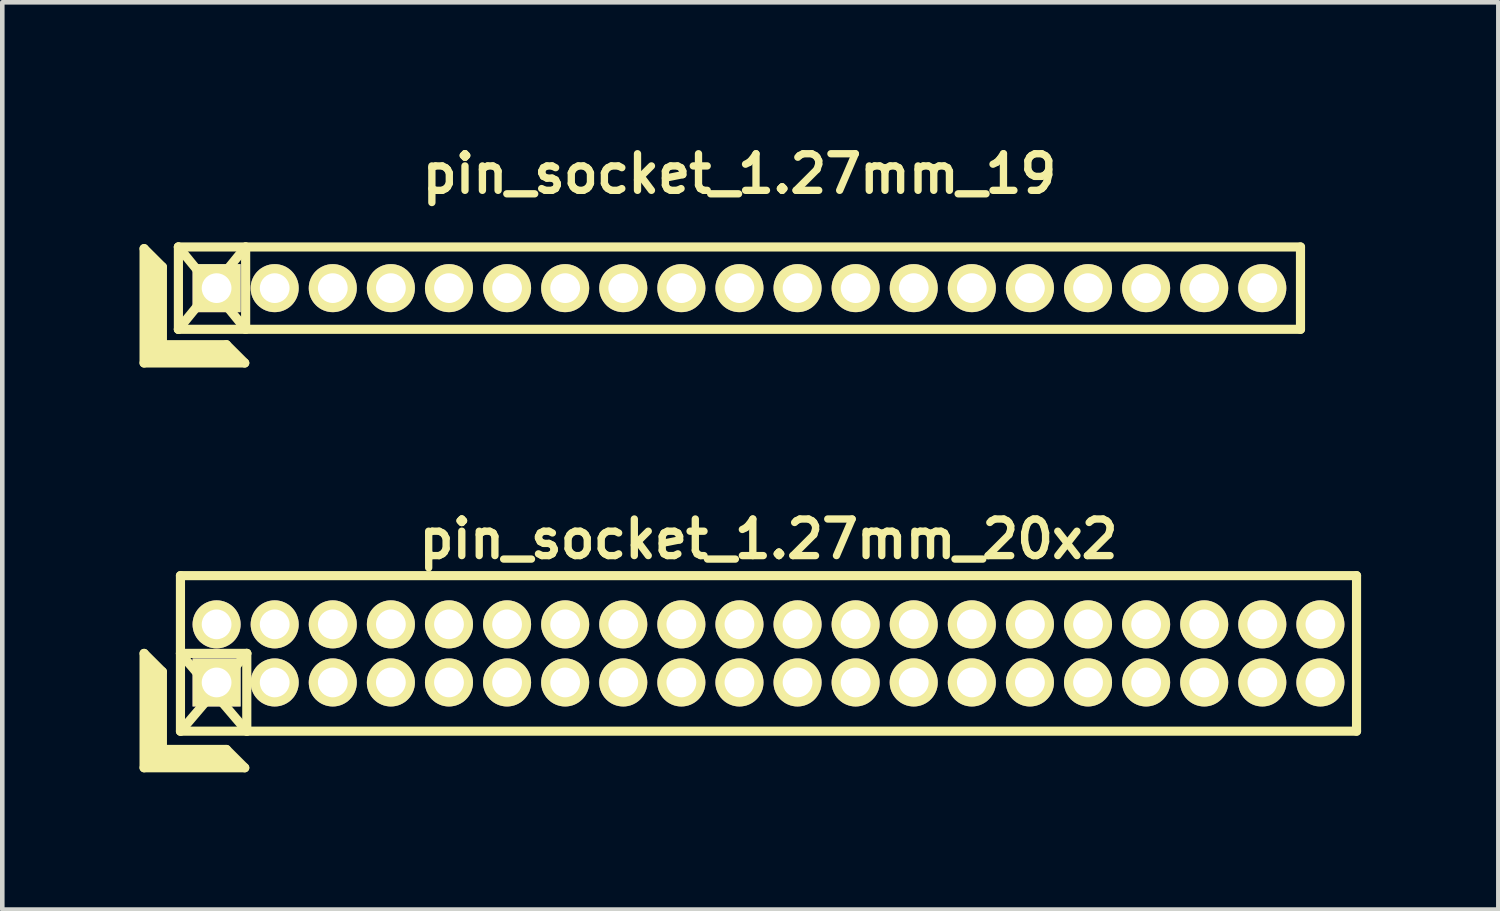
<source format=kicad_pcb>
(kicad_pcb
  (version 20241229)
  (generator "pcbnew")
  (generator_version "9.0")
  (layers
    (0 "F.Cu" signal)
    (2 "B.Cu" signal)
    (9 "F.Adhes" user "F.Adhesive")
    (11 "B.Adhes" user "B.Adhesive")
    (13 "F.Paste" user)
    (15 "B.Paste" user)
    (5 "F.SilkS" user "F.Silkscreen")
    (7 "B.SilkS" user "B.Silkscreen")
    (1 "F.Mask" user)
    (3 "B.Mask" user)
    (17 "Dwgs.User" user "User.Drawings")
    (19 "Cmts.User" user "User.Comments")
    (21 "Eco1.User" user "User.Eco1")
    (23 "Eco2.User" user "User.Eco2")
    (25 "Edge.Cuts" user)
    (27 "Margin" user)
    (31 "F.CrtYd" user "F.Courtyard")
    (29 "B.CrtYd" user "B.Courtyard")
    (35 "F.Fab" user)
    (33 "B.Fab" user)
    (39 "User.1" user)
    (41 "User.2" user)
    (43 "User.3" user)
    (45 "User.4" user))
  (footprint "pin_socket_1.27mm_20x2"
    (layer "F.Cu")
    (at 13.75 11.234)
    (property "Reference" "pin_socket_1.27mm_20x2" (at 0 -2.5 0) (layer "F.SilkS") (effects (font (size 0.8 0.8) (thickness 0.16))))
    (attr through_hole)
    (fp_line (start -13.65 0) (end -13.65 2.5) (stroke (width 0.2) (type solid)) (layer "F.SilkS"))
    (fp_line (start -13.65 0) (end -13.25 0.4) (stroke (width 0.2) (type solid)) (layer "F.SilkS"))
    (fp_line (start -13.65 2.5) (end -11.45 2.5) (stroke (width 0.2) (type solid)) (layer "F.SilkS"))
    (fp_line (start -13.55 2.4) (end -13.55 0.2) (stroke (width 0.2) (type solid)) (layer "F.SilkS"))
    (fp_line (start -13.55 2.4) (end -11.65 2.4) (stroke (width 0.2) (type solid)) (layer "F.SilkS"))
    (fp_line (start -13.45 2.3) (end -13.45 0.3) (stroke (width 0.2) (type solid)) (layer "F.SilkS"))
    (fp_line (start -13.45 2.3) (end -11.75 2.3) (stroke (width 0.2) (type solid)) (layer "F.SilkS"))
    (fp_line (start -13.35 2.2) (end -13.35 0.4) (stroke (width 0.2) (type solid)) (layer "F.SilkS"))
    (fp_line (start -13.35 2.2) (end -11.85 2.2) (stroke (width 0.2) (type solid)) (layer "F.SilkS"))
    (fp_line (start -13.25 2.1) (end -13.25 0.4) (stroke (width 0.2) (type solid)) (layer "F.SilkS"))
    (fp_line (start -13.25 2.1) (end -11.85 2.1) (stroke (width 0.2) (type solid)) (layer "F.SilkS"))
    (fp_line (start -12.855 -1.7) (end 12.855 -1.7) (stroke (width 0.2) (type solid)) (layer "F.SilkS"))
    (fp_line (start -12.855 0) (end -11.405 0) (stroke (width 0.2) (type solid)) (layer "F.SilkS"))
    (fp_line (start -12.855 0) (end -11.405 1.7) (stroke (width 0.2) (type solid)) (layer "F.SilkS"))
    (fp_line (start -12.855 1.7) (end -12.855 -1.7) (stroke (width 0.2) (type solid)) (layer "F.SilkS"))
    (fp_line (start -11.85 2.1) (end -11.45 2.5) (stroke (width 0.2) (type solid)) (layer "F.SilkS"))
    (fp_line (start -11.405 0) (end -12.85 1.7) (stroke (width 0.2) (type solid)) (layer "F.SilkS"))
    (fp_line (start -11.405 0) (end -11.405 1.7) (stroke (width 0.2) (type solid)) (layer "F.SilkS"))
    (fp_line (start 12.855 -1.7) (end 12.855 1.7) (stroke (width 0.2) (type solid)) (layer "F.SilkS"))
    (fp_line (start 12.855 1.7) (end -12.855 1.7) (stroke (width 0.2) (type solid)) (layer "F.SilkS"))
    (pad "1" thru_hole rect (at -12.065 0.635) (size 1.05 1.05) (drill 0.65) (layers "*.Cu" "*.Mask" "F.SilkS"))
    (pad "2" thru_hole oval (at -12.065 -0.635) (size 1.05 1.05) (drill 0.65) (layers "*.Cu" "*.Mask" "F.SilkS"))
    (pad "3" thru_hole oval (at -10.795 0.635) (size 1.05 1.05) (drill 0.65) (layers "*.Cu" "*.Mask" "F.SilkS"))
    (pad "4" thru_hole oval (at -10.795 -0.635) (size 1.05 1.05) (drill 0.65) (layers "*.Cu" "*.Mask" "F.SilkS"))
    (pad "5" thru_hole oval (at -9.525 0.635) (size 1.05 1.05) (drill 0.65) (layers "*.Cu" "*.Mask" "F.SilkS"))
    (pad "6" thru_hole oval (at -9.525 -0.635) (size 1.05 1.05) (drill 0.65) (layers "*.Cu" "*.Mask" "F.SilkS"))
    (pad "7" thru_hole oval (at -8.255 0.635) (size 1.05 1.05) (drill 0.65) (layers "*.Cu" "*.Mask" "F.SilkS"))
    (pad "8" thru_hole oval (at -8.255 -0.635) (size 1.05 1.05) (drill 0.65) (layers "*.Cu" "*.Mask" "F.SilkS"))
    (pad "9" thru_hole oval (at -6.985 0.635) (size 1.05 1.05) (drill 0.65) (layers "*.Cu" "*.Mask" "F.SilkS"))
    (pad "10" thru_hole oval (at -6.985 -0.635) (size 1.05 1.05) (drill 0.65) (layers "*.Cu" "*.Mask" "F.SilkS"))
    (pad "11" thru_hole oval (at -5.715 0.635) (size 1.05 1.05) (drill 0.65) (layers "*.Cu" "*.Mask" "F.SilkS"))
    (pad "12" thru_hole oval (at -5.715 -0.635) (size 1.05 1.05) (drill 0.65) (layers "*.Cu" "*.Mask" "F.SilkS"))
    (pad "13" thru_hole oval (at -4.445 0.635) (size 1.05 1.05) (drill 0.65) (layers "*.Cu" "*.Mask" "F.SilkS"))
    (pad "14" thru_hole oval (at -4.445 -0.635) (size 1.05 1.05) (drill 0.65) (layers "*.Cu" "*.Mask" "F.SilkS"))
    (pad "15" thru_hole oval (at -3.175 0.635) (size 1.05 1.05) (drill 0.65) (layers "*.Cu" "*.Mask" "F.SilkS"))
    (pad "16" thru_hole oval (at -3.175 -0.635) (size 1.05 1.05) (drill 0.65) (layers "*.Cu" "*.Mask" "F.SilkS"))
    (pad "17" thru_hole oval (at -1.905 0.635) (size 1.05 1.05) (drill 0.65) (layers "*.Cu" "*.Mask" "F.SilkS"))
    (pad "18" thru_hole oval (at -1.905 -0.635) (size 1.05 1.05) (drill 0.65) (layers "*.Cu" "*.Mask" "F.SilkS"))
    (pad "19" thru_hole oval (at -0.635 0.635) (size 1.05 1.05) (drill 0.65) (layers "*.Cu" "*.Mask" "F.SilkS"))
    (pad "20" thru_hole oval (at -0.635 -0.635) (size 1.05 1.05) (drill 0.65) (layers "*.Cu" "*.Mask" "F.SilkS"))
    (pad "21" thru_hole oval (at 0.635 0.635) (size 1.05 1.05) (drill 0.65) (layers "*.Cu" "*.Mask" "F.SilkS"))
    (pad "22" thru_hole oval (at 0.635 -0.635) (size 1.05 1.05) (drill 0.65) (layers "*.Cu" "*.Mask" "F.SilkS"))
    (pad "23" thru_hole oval (at 1.905 0.635) (size 1.05 1.05) (drill 0.65) (layers "*.Cu" "*.Mask" "F.SilkS"))
    (pad "24" thru_hole oval (at 1.905 -0.635) (size 1.05 1.05) (drill 0.65) (layers "*.Cu" "*.Mask" "F.SilkS"))
    (pad "25" thru_hole oval (at 3.175 0.635) (size 1.05 1.05) (drill 0.65) (layers "*.Cu" "*.Mask" "F.SilkS"))
    (pad "26" thru_hole oval (at 3.175 -0.635) (size 1.05 1.05) (drill 0.65) (layers "*.Cu" "*.Mask" "F.SilkS"))
    (pad "27" thru_hole oval (at 4.445 0.635) (size 1.05 1.05) (drill 0.65) (layers "*.Cu" "*.Mask" "F.SilkS"))
    (pad "28" thru_hole oval (at 4.445 -0.635) (size 1.05 1.05) (drill 0.65) (layers "*.Cu" "*.Mask" "F.SilkS"))
    (pad "29" thru_hole oval (at 5.715 0.635) (size 1.05 1.05) (drill 0.65) (layers "*.Cu" "*.Mask" "F.SilkS"))
    (pad "30" thru_hole oval (at 5.715 -0.635) (size 1.05 1.05) (drill 0.65) (layers "*.Cu" "*.Mask" "F.SilkS"))
    (pad "31" thru_hole oval (at 6.985 0.635) (size 1.05 1.05) (drill 0.65) (layers "*.Cu" "*.Mask" "F.SilkS"))
    (pad "32" thru_hole oval (at 6.985 -0.635) (size 1.05 1.05) (drill 0.65) (layers "*.Cu" "*.Mask" "F.SilkS"))
    (pad "33" thru_hole oval (at 8.255 0.635) (size 1.05 1.05) (drill 0.65) (layers "*.Cu" "*.Mask" "F.SilkS"))
    (pad "34" thru_hole oval (at 8.255 -0.635) (size 1.05 1.05) (drill 0.65) (layers "*.Cu" "*.Mask" "F.SilkS"))
    (pad "35" thru_hole oval (at 9.525 0.635) (size 1.05 1.05) (drill 0.65) (layers "*.Cu" "*.Mask" "F.SilkS"))
    (pad "36" thru_hole oval (at 9.525 -0.635) (size 1.05 1.05) (drill 0.65) (layers "*.Cu" "*.Mask" "F.SilkS"))
    (pad "37" thru_hole oval (at 10.795 0.635) (size 1.05 1.05) (drill 0.65) (layers "*.Cu" "*.Mask" "F.SilkS"))
    (pad "38" thru_hole oval (at 10.795 -0.635) (size 1.05 1.05) (drill 0.65) (layers "*.Cu" "*.Mask" "F.SilkS"))
    (pad "39" thru_hole oval (at 12.065 0.635) (size 1.05 1.05) (drill 0.65) (layers "*.Cu" "*.Mask" "F.SilkS"))
    (pad "40" thru_hole oval (at 12.065 -0.635) (size 1.05 1.05) (drill 0.65) (layers "*.Cu" "*.Mask" "F.SilkS")))
  (footprint "pin_socket_1.27mm_19"
    (layer "F.Cu")
    (at 13.115 3.249)
    (property "Reference" "pin_socket_1.27mm_19" (at 0 -2.5 0) (layer "F.SilkS") (effects (font (size 0.8 0.8) (thickness 0.16))))
    (attr through_hole)
    (fp_line (start -13.015 -0.864) (end -13.015 1.636) (stroke (width 0.2) (type solid)) (layer "F.SilkS"))
    (fp_line (start -13.015 -0.864) (end -12.615 -0.464) (stroke (width 0.2) (type solid)) (layer "F.SilkS"))
    (fp_line (start -13.015 1.636) (end -10.815 1.636) (stroke (width 0.2) (type solid)) (layer "F.SilkS"))
    (fp_line (start -12.915 1.536) (end -12.915 -0.664) (stroke (width 0.2) (type solid)) (layer "F.SilkS"))
    (fp_line (start -12.915 1.536) (end -11.015 1.536) (stroke (width 0.2) (type solid)) (layer "F.SilkS"))
    (fp_line (start -12.815 1.436) (end -12.815 -0.564) (stroke (width 0.2) (type solid)) (layer "F.SilkS"))
    (fp_line (start -12.815 1.436) (end -11.115 1.436) (stroke (width 0.2) (type solid)) (layer "F.SilkS"))
    (fp_line (start -12.715 1.336) (end -12.715 -0.464) (stroke (width 0.2) (type solid)) (layer "F.SilkS"))
    (fp_line (start -12.715 1.336) (end -11.215 1.336) (stroke (width 0.2) (type solid)) (layer "F.SilkS"))
    (fp_line (start -12.615 1.236) (end -12.615 -0.464) (stroke (width 0.2) (type solid)) (layer "F.SilkS"))
    (fp_line (start -12.615 1.236) (end -11.215 1.236) (stroke (width 0.2) (type solid)) (layer "F.SilkS"))
    (fp_line (start -12.265 -0.9) (end -10.795 0.9) (stroke (width 0.2) (type solid)) (layer "F.SilkS"))
    (fp_line (start -12.265 -0.9) (end 12.265 -0.9) (stroke (width 0.2) (type solid)) (layer "F.SilkS"))
    (fp_line (start -12.265 0.9) (end -12.265 -0.9) (stroke (width 0.2) (type solid)) (layer "F.SilkS"))
    (fp_line (start -12.265 0.9) (end -10.795 -0.9) (stroke (width 0.2) (type solid)) (layer "F.SilkS"))
    (fp_line (start -11.215 1.236) (end -10.815 1.636) (stroke (width 0.2) (type solid)) (layer "F.SilkS"))
    (fp_line (start -10.795 -0.9) (end -10.795 0.9) (stroke (width 0.2) (type solid)) (layer "F.SilkS"))
    (fp_line (start 12.265 -0.9) (end 12.265 0.9) (stroke (width 0.2) (type solid)) (layer "F.SilkS"))
    (fp_line (start 12.265 0.9) (end -12.265 0.9) (stroke (width 0.2) (type solid)) (layer "F.SilkS"))
    (pad "1" thru_hole rect (at -11.43 0) (size 1.05 1.05) (drill 0.65) (layers "*.Cu" "*.Mask" "F.SilkS"))
    (pad "2" thru_hole oval (at -10.16 0) (size 1.05 1.05) (drill 0.65) (layers "*.Cu" "*.Mask" "F.SilkS"))
    (pad "3" thru_hole oval (at -8.89 0) (size 1.05 1.05) (drill 0.65) (layers "*.Cu" "*.Mask" "F.SilkS"))
    (pad "4" thru_hole oval (at -7.62 0) (size 1.05 1.05) (drill 0.65) (layers "*.Cu" "*.Mask" "F.SilkS"))
    (pad "5" thru_hole oval (at -6.35 0) (size 1.05 1.05) (drill 0.65) (layers "*.Cu" "*.Mask" "F.SilkS"))
    (pad "6" thru_hole oval (at -5.08 0) (size 1.05 1.05) (drill 0.65) (layers "*.Cu" "*.Mask" "F.SilkS"))
    (pad "7" thru_hole oval (at -3.81 0) (size 1.05 1.05) (drill 0.65) (layers "*.Cu" "*.Mask" "F.SilkS"))
    (pad "8" thru_hole oval (at -2.54 0) (size 1.05 1.05) (drill 0.65) (layers "*.Cu" "*.Mask" "F.SilkS"))
    (pad "9" thru_hole oval (at -1.27 0) (size 1.05 1.05) (drill 0.65) (layers "*.Cu" "*.Mask" "F.SilkS"))
    (pad "10" thru_hole oval (at 0 0) (size 1.05 1.05) (drill 0.65) (layers "*.Cu" "*.Mask" "F.SilkS"))
    (pad "11" thru_hole oval (at 1.27 0) (size 1.05 1.05) (drill 0.65) (layers "*.Cu" "*.Mask" "F.SilkS"))
    (pad "12" thru_hole oval (at 2.54 0) (size 1.05 1.05) (drill 0.65) (layers "*.Cu" "*.Mask" "F.SilkS"))
    (pad "13" thru_hole oval (at 3.81 0) (size 1.05 1.05) (drill 0.65) (layers "*.Cu" "*.Mask" "F.SilkS"))
    (pad "14" thru_hole oval (at 5.08 0) (size 1.05 1.05) (drill 0.65) (layers "*.Cu" "*.Mask" "F.SilkS"))
    (pad "15" thru_hole oval (at 6.35 0) (size 1.05 1.05) (drill 0.65) (layers "*.Cu" "*.Mask" "F.SilkS"))
    (pad "16" thru_hole oval (at 7.62 0) (size 1.05 1.05) (drill 0.65) (layers "*.Cu" "*.Mask" "F.SilkS"))
    (pad "17" thru_hole oval (at 8.89 0) (size 1.05 1.05) (drill 0.65) (layers "*.Cu" "*.Mask" "F.SilkS"))
    (pad "18" thru_hole oval (at 10.16 0) (size 1.05 1.05) (drill 0.65) (layers "*.Cu" "*.Mask" "F.SilkS"))
    (pad "19" thru_hole oval (at 11.43 0) (size 1.05 1.05) (drill 0.65) (layers "*.Cu" "*.Mask" "F.SilkS")))
  (gr_rect
    (start -3 -3)
    (end 29.705 16.834)
    (stroke (width 0.1) (type default))
    (fill no)
    (layer "Edge.Cuts")))
</source>
